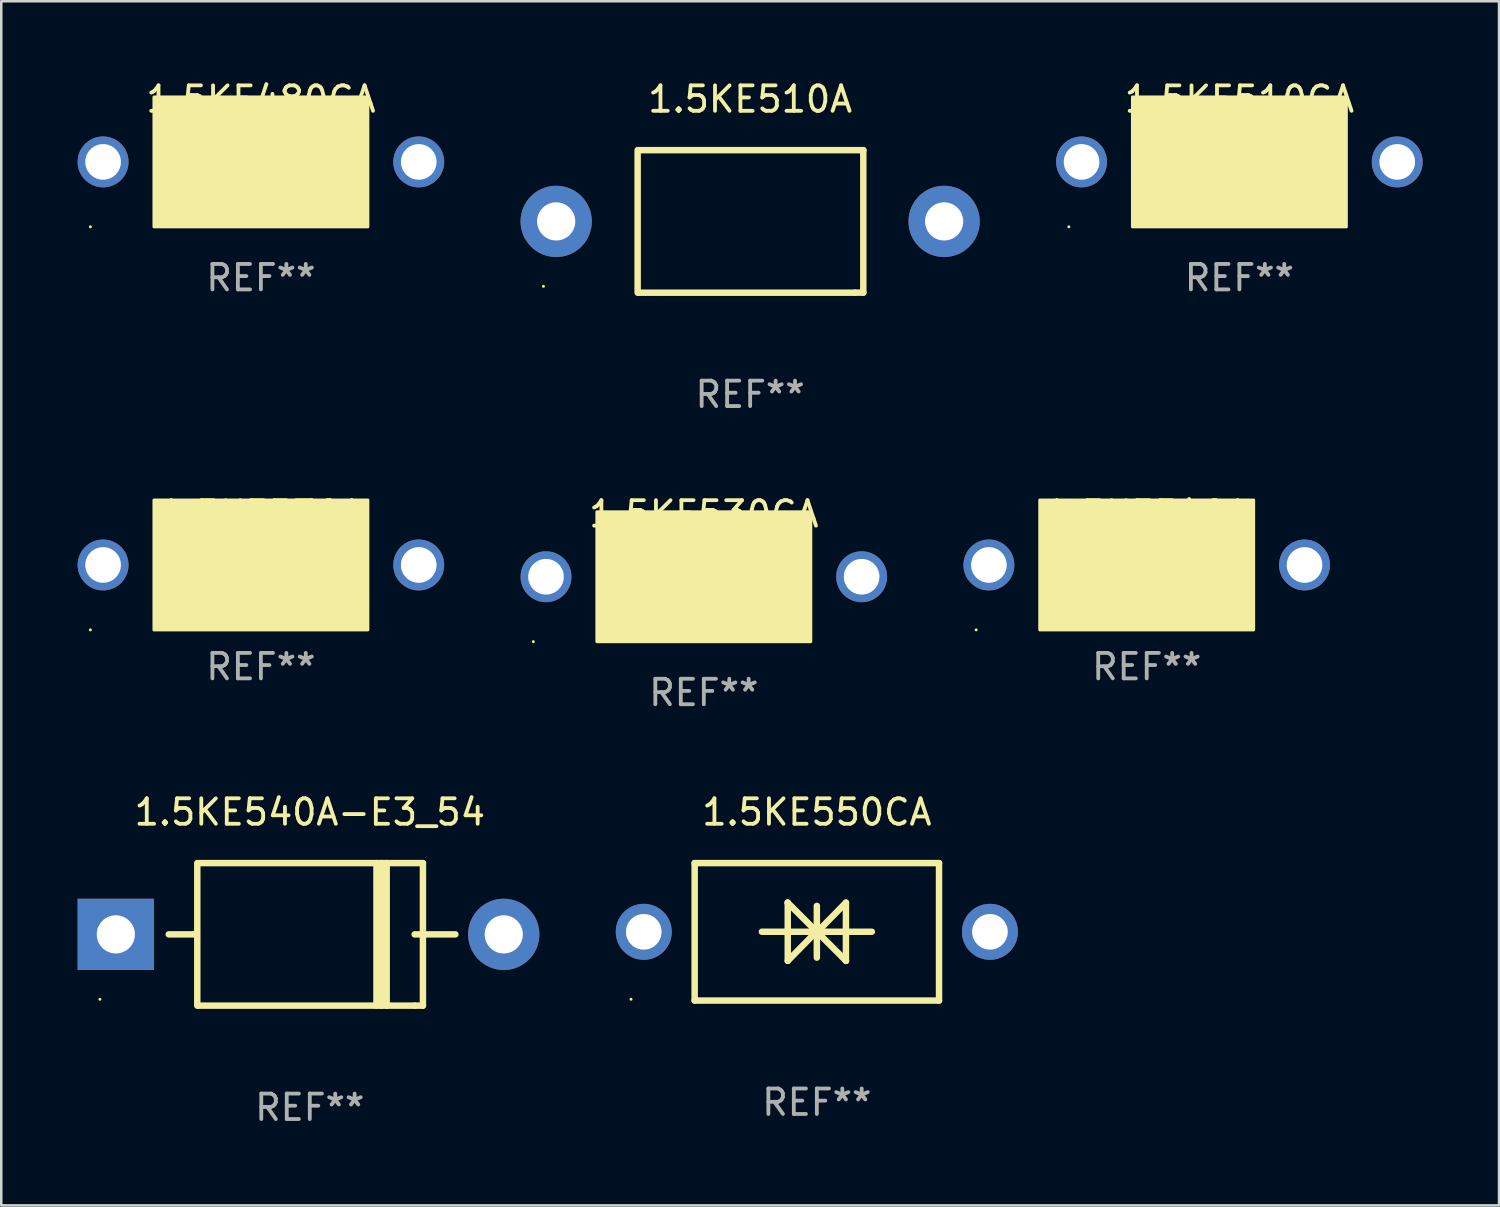
<source format=kicad_pcb>
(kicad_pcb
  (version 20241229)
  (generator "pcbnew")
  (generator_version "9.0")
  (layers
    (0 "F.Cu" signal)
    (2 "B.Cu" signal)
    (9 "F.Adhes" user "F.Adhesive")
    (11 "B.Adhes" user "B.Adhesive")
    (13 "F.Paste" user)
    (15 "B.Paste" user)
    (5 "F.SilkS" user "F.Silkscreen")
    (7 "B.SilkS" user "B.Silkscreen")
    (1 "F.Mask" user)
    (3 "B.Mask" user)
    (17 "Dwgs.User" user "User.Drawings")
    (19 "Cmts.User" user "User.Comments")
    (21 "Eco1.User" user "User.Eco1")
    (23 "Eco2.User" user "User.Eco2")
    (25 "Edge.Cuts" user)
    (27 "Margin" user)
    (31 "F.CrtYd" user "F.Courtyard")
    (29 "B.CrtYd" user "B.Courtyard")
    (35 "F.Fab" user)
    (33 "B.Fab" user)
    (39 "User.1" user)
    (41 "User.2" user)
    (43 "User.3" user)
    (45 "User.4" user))
  (footprint "1.5KE510A"
    (layer "F.Cu")
    (at 26.42 5.648)
    (property "Reference" "1.5KE510A" (at 0 -4.8 0) (layer "F.SilkS") (effects (font (size 1 1) (thickness 0.15))))
    (attr through_hole)
    (fp_line (start -4.42 2.8) (end -4.42 -2.8) (stroke (width 0.254) (type solid)) (layer "F.SilkS"))
    (fp_line (start -4.379 -2.799) (end 4.445 -2.799) (stroke (width 0.254) (type solid)) (layer "F.SilkS"))
    (fp_line (start 4.12 2.8) (end -4.38 2.8) (stroke (width 0.254) (type solid)) (layer "F.SilkS"))
    (fp_line (start 4.445 -2.799) (end 4.445 2.799) (stroke (width 0.254) (type solid)) (layer "F.SilkS"))
    (fp_line (start 4.445 2.799) (end 4.12 2.799) (stroke (width 0.254) (type solid)) (layer "F.SilkS"))
    (fp_circle (center -8.12 2.55) (end -8.09 2.55) (stroke (width 0.06) (type solid)) (fill no) (layer "F.SilkS"))
    (fp_text user "REF**" (at 0 6.8 0) (layer "F.Fab") (effects (font (size 1 1) (thickness 0.15))))
    (pad "1" thru_hole circle (at -7.62 0) (size 2.8 2.8) (drill 1.5) (layers "*.Cu" "*.Mask"))
    (pad "2" thru_hole circle (at 7.62 0) (size 2.8 2.8) (drill 1.5) (layers "*.Cu" "*.Mask")))
  (footprint "1.5KE510CA"
    (layer "F.Cu")
    (at 45.64 3.356)
    (property "Reference" "1.5KE510CA" (at 0 -2.508 0) (layer "F.SilkS") (effects (font (size 1 1) (thickness 0.15))))
    (attr through_hole)
    (fp_line (start -1.498 0) (end 0.534 0) (stroke (width 0.254) (type solid)) (layer "F.SilkS"))
    (fp_line (start -0.99 -0.508) (end -0.99 0.508) (stroke (width 0.254) (type solid)) (layer "F.SilkS"))
    (fp_line (start -0.99 0.508) (end 0.026 0) (stroke (width 0.254) (type solid)) (layer "F.SilkS"))
    (fp_line (start 0.026 -0.508) (end 0.026 0.508) (stroke (width 0.254) (type solid)) (layer "F.SilkS"))
    (fp_line (start 0.026 0) (end -0.99 -0.508) (stroke (width 0.254) (type solid)) (layer "F.SilkS"))
    (fp_line (start 0.026 0) (end 0.026 -0.508) (stroke (width 0.254) (type solid)) (layer "F.SilkS"))
    (fp_line (start 0.038 0) (end 0.038 0.508) (stroke (width 0.254) (type solid)) (layer "F.SilkS"))
    (fp_line (start 0.038 0) (end 1.054 0.508) (stroke (width 0.254) (type solid)) (layer "F.SilkS"))
    (fp_line (start 0.038 0.508) (end 0.038 -0.508) (stroke (width 0.254) (type solid)) (layer "F.SilkS"))
    (fp_line (start 1.054 -0.508) (end 0.038 0) (stroke (width 0.254) (type solid)) (layer "F.SilkS"))
    (fp_line (start 1.054 0.508) (end 1.054 -0.508) (stroke (width 0.254) (type solid)) (layer "F.SilkS"))
    (fp_line (start 1.562 0) (end -0.47 0) (stroke (width 0.254) (type solid)) (layer "F.SilkS"))
    (fp_circle (center -6.7 2.505) (end -6.67 2.505) (stroke (width 0.06) (type solid)) (fill no) (layer "F.SilkS"))
    (fp_poly (pts (xy -4.2 -2.595) (xy 4.2 -2.595) (xy 4.2 2.505) (xy -4.2 2.505)) (stroke (width 0.12) (type solid)) (fill yes) (layer "F.SilkS"))
    (fp_text user "REF**" (at 0 4.508 0) (layer "F.Fab") (effects (font (size 1 1) (thickness 0.15))))
    (pad "1" thru_hole circle (at -6.2 -0.045) (size 2 2) (drill 1.4) (layers "*.Cu" "*.Mask"))
    (pad "2" thru_hole circle (at 6.2 -0.045) (size 2 2) (drill 1.4) (layers "*.Cu" "*.Mask")))
  (footprint "1.5KE540A-E3_54"
    (layer "F.Cu")
    (at 9.12 33.657)
    (property "Reference" "1.5KE540A-E3_54" (at 0 -4.8 0) (layer "F.SilkS") (effects (font (size 1 1) (thickness 0.15))))
    (attr through_hole)
    (fp_line (start -5.54 0) (end -4.44 0) (stroke (width 0.254) (type solid)) (layer "F.SilkS"))
    (fp_line (start -4.42 2.8) (end -4.42 -2.8) (stroke (width 0.254) (type solid)) (layer "F.SilkS"))
    (fp_line (start -4.379 -2.799) (end 4.445 -2.799) (stroke (width 0.254) (type solid)) (layer "F.SilkS"))
    (fp_line (start 2.62 -2.8) (end 2.62 2.8) (stroke (width 0.254) (type solid)) (layer "F.SilkS"))
    (fp_line (start 2.82 -2.8) (end 2.82 2.8) (stroke (width 0.254) (type solid)) (layer "F.SilkS"))
    (fp_line (start 3.02 -2.8) (end 3.02 2.8) (stroke (width 0.254) (type solid)) (layer "F.SilkS"))
    (fp_line (start 4.12 0) (end 5.72 0) (stroke (width 0.254) (type solid)) (layer "F.SilkS"))
    (fp_line (start 4.12 2.8) (end -4.38 2.8) (stroke (width 0.254) (type solid)) (layer "F.SilkS"))
    (fp_line (start 4.445 -2.799) (end 4.445 2.799) (stroke (width 0.254) (type solid)) (layer "F.SilkS"))
    (fp_line (start 4.445 2.799) (end 4.12 2.799) (stroke (width 0.254) (type solid)) (layer "F.SilkS"))
    (fp_circle (center -8.245 2.55) (end -8.215 2.55) (stroke (width 0.06) (type solid)) (fill no) (layer "F.SilkS"))
    (fp_text user "REF**" (at 0 6.8 0) (layer "F.Fab") (effects (font (size 1 1) (thickness 0.15))))
    (pad "1" thru_hole rect (at -7.62 0 180) (size 3 2.8) (drill 1.5) (layers "*.Cu" "*.Mask"))
    (pad "2" thru_hole circle (at 7.62 0) (size 2.8 2.8) (drill 1.5) (layers "*.Cu" "*.Mask")))
  (footprint "1.5KE540A"
    (layer "F.Cu")
    (at 41.999 19.145)
    (property "Reference" "1.5KE540A" (at 0 -2 0) (layer "F.SilkS") (effects (font (size 1 1) (thickness 0.15))))
    (attr through_hole)
    (fp_circle (center -6.7 2.55) (end -6.67 2.55) (stroke (width 0.06) (type solid)) (fill no) (layer "F.SilkS"))
    (fp_poly (pts (xy -4.2 -2.55) (xy 4.2 -2.55) (xy 4.2 2.55) (xy -4.2 2.55)) (stroke (width 0.12) (type solid)) (fill yes) (layer "F.SilkS"))
    (fp_text user "REF**" (at 0 4 0) (layer "F.Fab") (effects (font (size 1 1) (thickness 0.15))))
    (pad "1" thru_hole circle (at -6.2 0) (size 2 2) (drill 1.4) (layers "*.Cu" "*.Mask"))
    (pad "2" thru_hole circle (at 6.2 0) (size 2 2) (drill 1.4) (layers "*.Cu" "*.Mask")))
  (footprint "1.5KE480CA"
    (layer "F.Cu")
    (at 7.2 3.356)
    (property "Reference" "1.5KE480CA" (at 0 -2.508 0) (layer "F.SilkS") (effects (font (size 1 1) (thickness 0.15))))
    (attr through_hole)
    (fp_line (start -1.498 0) (end 0.534 0) (stroke (width 0.254) (type solid)) (layer "F.SilkS"))
    (fp_line (start -0.99 -0.508) (end -0.99 0.508) (stroke (width 0.254) (type solid)) (layer "F.SilkS"))
    (fp_line (start -0.99 0.508) (end 0.026 0) (stroke (width 0.254) (type solid)) (layer "F.SilkS"))
    (fp_line (start 0.026 -0.508) (end 0.026 0.508) (stroke (width 0.254) (type solid)) (layer "F.SilkS"))
    (fp_line (start 0.026 0) (end -0.99 -0.508) (stroke (width 0.254) (type solid)) (layer "F.SilkS"))
    (fp_line (start 0.026 0) (end 0.026 -0.508) (stroke (width 0.254) (type solid)) (layer "F.SilkS"))
    (fp_line (start 0.038 0) (end 0.038 0.508) (stroke (width 0.254) (type solid)) (layer "F.SilkS"))
    (fp_line (start 0.038 0) (end 1.054 0.508) (stroke (width 0.254) (type solid)) (layer "F.SilkS"))
    (fp_line (start 0.038 0.508) (end 0.038 -0.508) (stroke (width 0.254) (type solid)) (layer "F.SilkS"))
    (fp_line (start 1.054 -0.508) (end 0.038 0) (stroke (width 0.254) (type solid)) (layer "F.SilkS"))
    (fp_line (start 1.054 0.508) (end 1.054 -0.508) (stroke (width 0.254) (type solid)) (layer "F.SilkS"))
    (fp_line (start 1.562 0) (end -0.47 0) (stroke (width 0.254) (type solid)) (layer "F.SilkS"))
    (fp_circle (center -6.7 2.505) (end -6.67 2.505) (stroke (width 0.06) (type solid)) (fill no) (layer "F.SilkS"))
    (fp_poly (pts (xy -4.2 -2.595) (xy 4.2 -2.595) (xy 4.2 2.505) (xy -4.2 2.505)) (stroke (width 0.12) (type solid)) (fill yes) (layer "F.SilkS"))
    (fp_text user "REF**" (at 0 4.508 0) (layer "F.Fab") (effects (font (size 1 1) (thickness 0.15))))
    (pad "1" thru_hole circle (at -6.2 -0.045) (size 2 2) (drill 1.4) (layers "*.Cu" "*.Mask"))
    (pad "2" thru_hole circle (at 6.2 -0.045) (size 2 2) (drill 1.4) (layers "*.Cu" "*.Mask")))
  (footprint "1.5KE530CA"
    (layer "F.Cu")
    (at 24.6 19.653)
    (property "Reference" "1.5KE530CA" (at 0 -2.508 0) (layer "F.SilkS") (effects (font (size 1 1) (thickness 0.15))))
    (attr through_hole)
    (fp_line (start -1.498 0) (end 0.534 0) (stroke (width 0.254) (type solid)) (layer "F.SilkS"))
    (fp_line (start -0.99 -0.508) (end -0.99 0.508) (stroke (width 0.254) (type solid)) (layer "F.SilkS"))
    (fp_line (start -0.99 0.508) (end 0.026 0) (stroke (width 0.254) (type solid)) (layer "F.SilkS"))
    (fp_line (start 0.026 -0.508) (end 0.026 0.508) (stroke (width 0.254) (type solid)) (layer "F.SilkS"))
    (fp_line (start 0.026 0) (end -0.99 -0.508) (stroke (width 0.254) (type solid)) (layer "F.SilkS"))
    (fp_line (start 0.026 0) (end 0.026 -0.508) (stroke (width 0.254) (type solid)) (layer "F.SilkS"))
    (fp_line (start 0.038 0) (end 0.038 0.508) (stroke (width 0.254) (type solid)) (layer "F.SilkS"))
    (fp_line (start 0.038 0) (end 1.054 0.508) (stroke (width 0.254) (type solid)) (layer "F.SilkS"))
    (fp_line (start 0.038 0.508) (end 0.038 -0.508) (stroke (width 0.254) (type solid)) (layer "F.SilkS"))
    (fp_line (start 1.054 -0.508) (end 0.038 0) (stroke (width 0.254) (type solid)) (layer "F.SilkS"))
    (fp_line (start 1.054 0.508) (end 1.054 -0.508) (stroke (width 0.254) (type solid)) (layer "F.SilkS"))
    (fp_line (start 1.562 0) (end -0.47 0) (stroke (width 0.254) (type solid)) (layer "F.SilkS"))
    (fp_circle (center -6.7 2.505) (end -6.67 2.505) (stroke (width 0.06) (type solid)) (fill no) (layer "F.SilkS"))
    (fp_poly (pts (xy -4.2 -2.595) (xy 4.2 -2.595) (xy 4.2 2.505) (xy -4.2 2.505)) (stroke (width 0.12) (type solid)) (fill yes) (layer "F.SilkS"))
    (fp_text user "REF**" (at 0 4.508 0) (layer "F.Fab") (effects (font (size 1 1) (thickness 0.15))))
    (pad "1" thru_hole circle (at -6.2 -0.045) (size 2 2) (drill 1.4) (layers "*.Cu" "*.Mask"))
    (pad "2" thru_hole circle (at 6.2 -0.045) (size 2 2) (drill 1.4) (layers "*.Cu" "*.Mask")))
  (footprint "1.5KE530A"
    (layer "F.Cu")
    (at 7.2 19.145)
    (property "Reference" "1.5KE530A" (at 0 -2 0) (layer "F.SilkS") (effects (font (size 1 1) (thickness 0.15))))
    (attr through_hole)
    (fp_circle (center -6.7 2.55) (end -6.67 2.55) (stroke (width 0.06) (type solid)) (fill no) (layer "F.SilkS"))
    (fp_poly (pts (xy -4.2 -2.55) (xy 4.2 -2.55) (xy 4.2 2.55) (xy -4.2 2.55)) (stroke (width 0.12) (type solid)) (fill yes) (layer "F.SilkS"))
    (fp_text user "REF**" (at 0 4 0) (layer "F.Fab") (effects (font (size 1 1) (thickness 0.15))))
    (pad "1" thru_hole circle (at -6.2 0) (size 2 2) (drill 1.4) (layers "*.Cu" "*.Mask"))
    (pad "2" thru_hole circle (at 6.2 0) (size 2 2) (drill 1.4) (layers "*.Cu" "*.Mask")))
  (footprint "1.5KE550CA"
    (layer "F.Cu")
    (at 29.04 33.557)
    (property "Reference" "1.5KE550CA" (at 0 -4.7 0) (layer "F.SilkS") (effects (font (size 1 1) (thickness 0.15))))
    (attr through_hole)
    (fp_line (start -4.8 -2.7) (end -4.8 2.7) (stroke (width 0.254) (type solid)) (layer "F.SilkS"))
    (fp_line (start -4.8 -2.7) (end 4.8 -2.7) (stroke (width 0.254) (type solid)) (layer "F.SilkS"))
    (fp_line (start -2.159 -0.003) (end 2.159 -0.003) (stroke (width 0.254) (type solid)) (layer "F.SilkS"))
    (fp_line (start -1.143 -1.146) (end -1.143 1.14) (stroke (width 0.254) (type solid)) (layer "F.SilkS"))
    (fp_line (start -1.143 -1.143) (end -1.143 -1.146) (stroke (width 0.254) (type solid)) (layer "F.SilkS"))
    (fp_line (start 0 -1.019) (end 0 1.013) (stroke (width 0.254) (type solid)) (layer "F.SilkS"))
    (fp_line (start 0 -0.026) (end -1.143 1.14) (stroke (width 0.254) (type solid)) (layer "F.SilkS"))
    (fp_line (start 0 -0.006) (end 1.143 1.137) (stroke (width 0.254) (type solid)) (layer "F.SilkS"))
    (fp_line (start 0 0) (end -1.143 -1.143) (stroke (width 0.254) (type solid)) (layer "F.SilkS"))
    (fp_line (start 0 0.02) (end 1.143 -1.146) (stroke (width 0.254) (type solid)) (layer "F.SilkS"))
    (fp_line (start 1.143 1.137) (end 1.143 1.14) (stroke (width 0.254) (type solid)) (layer "F.SilkS"))
    (fp_line (start 1.143 1.14) (end 1.143 -1.146) (stroke (width 0.254) (type solid)) (layer "F.SilkS"))
    (fp_line (start 4.8 -2.7) (end 4.8 2.7) (stroke (width 0.254) (type solid)) (layer "F.SilkS"))
    (fp_line (start 4.8 2.7) (end -4.8 2.7) (stroke (width 0.254) (type solid)) (layer "F.SilkS"))
    (fp_circle (center -7.3 2.65) (end -7.27 2.65) (stroke (width 0.06) (type solid)) (fill no) (layer "F.SilkS"))
    (fp_text user "REF**" (at 0 6.7 0) (layer "F.Fab") (effects (font (size 1 1) (thickness 0.15))))
    (pad "1" thru_hole circle (at -6.8 0) (size 2.2 2.2) (drill 1.4) (layers "*.Cu" "*.Mask"))
    (pad "2" thru_hole circle (at 6.8 0) (size 2.2 2.2) (drill 1.4) (layers "*.Cu" "*.Mask")))
  (gr_rect
    (start -3 -3)
    (end 55.84 44.306)
    (stroke (width 0.1) (type default))
    (fill no)
    (layer "Edge.Cuts")))
</source>
